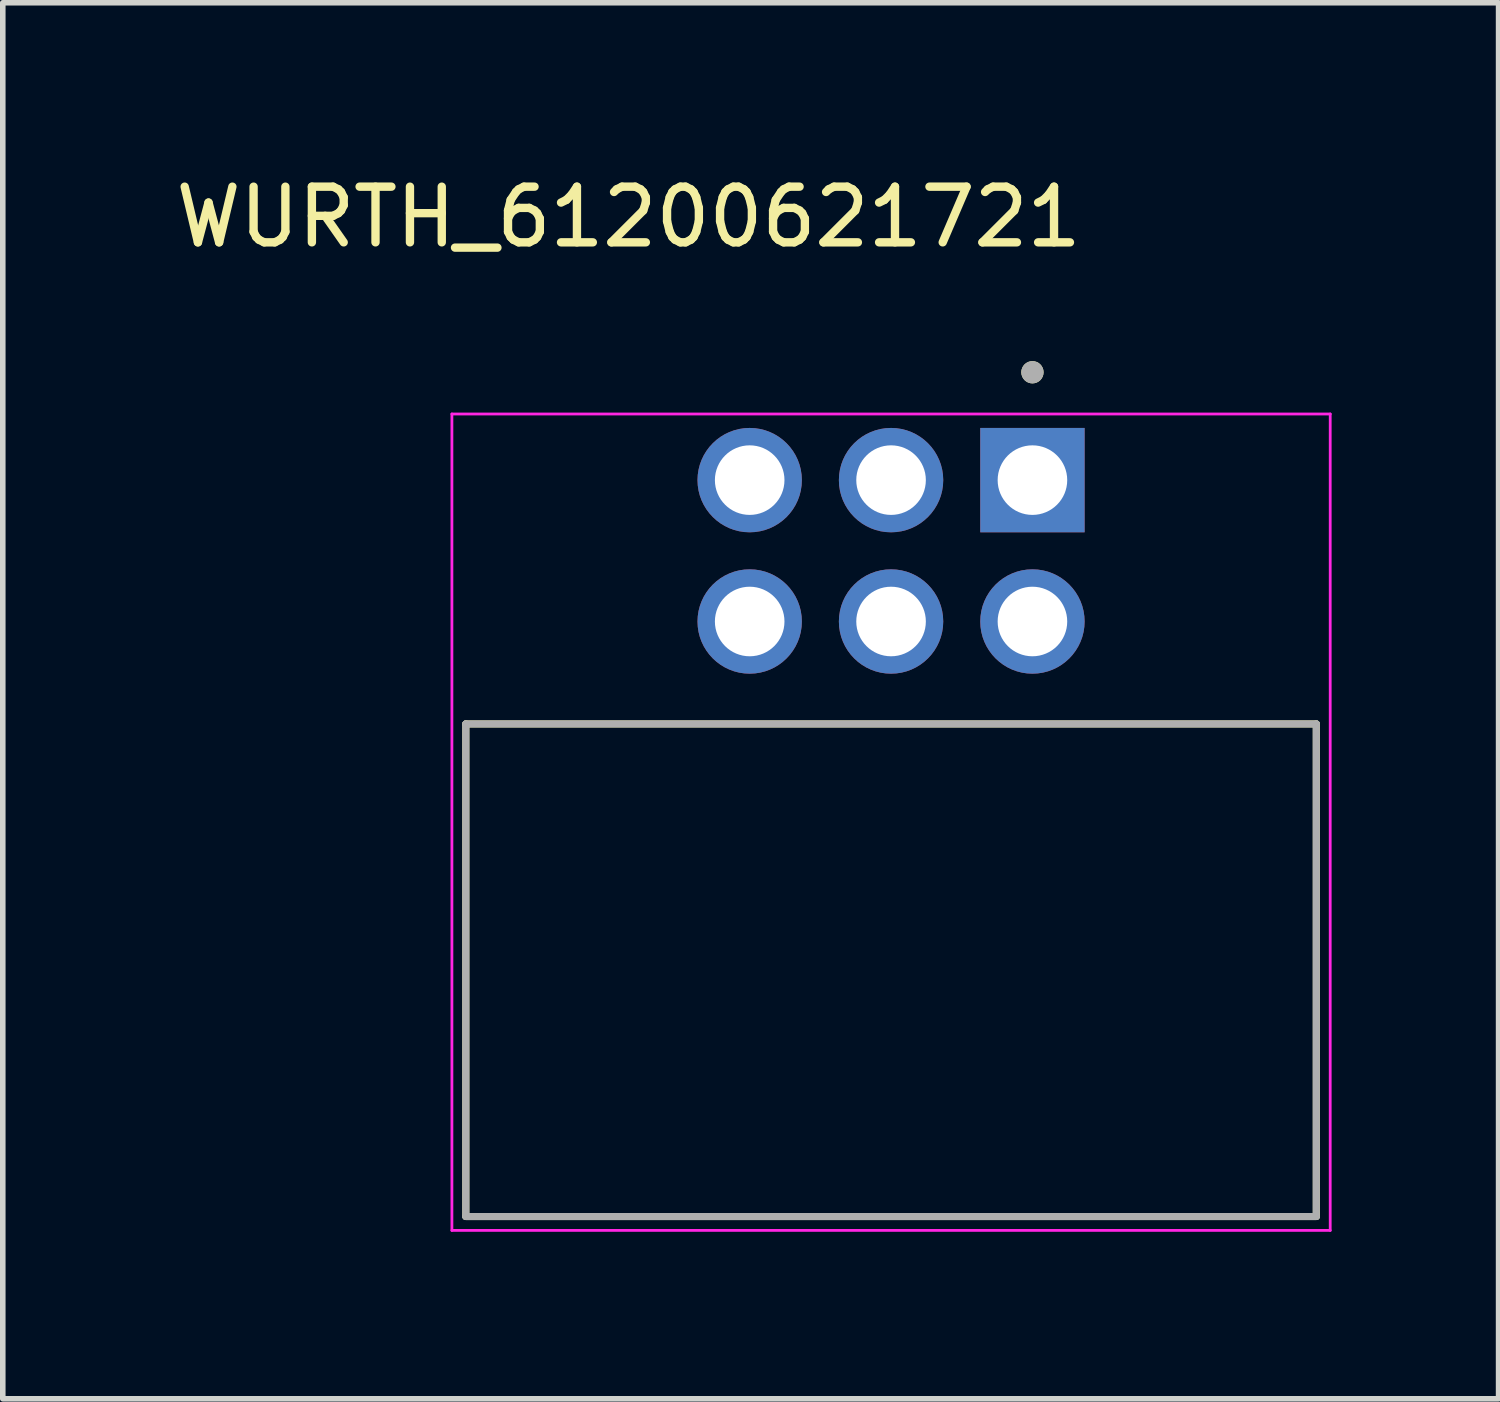
<source format=kicad_pcb>
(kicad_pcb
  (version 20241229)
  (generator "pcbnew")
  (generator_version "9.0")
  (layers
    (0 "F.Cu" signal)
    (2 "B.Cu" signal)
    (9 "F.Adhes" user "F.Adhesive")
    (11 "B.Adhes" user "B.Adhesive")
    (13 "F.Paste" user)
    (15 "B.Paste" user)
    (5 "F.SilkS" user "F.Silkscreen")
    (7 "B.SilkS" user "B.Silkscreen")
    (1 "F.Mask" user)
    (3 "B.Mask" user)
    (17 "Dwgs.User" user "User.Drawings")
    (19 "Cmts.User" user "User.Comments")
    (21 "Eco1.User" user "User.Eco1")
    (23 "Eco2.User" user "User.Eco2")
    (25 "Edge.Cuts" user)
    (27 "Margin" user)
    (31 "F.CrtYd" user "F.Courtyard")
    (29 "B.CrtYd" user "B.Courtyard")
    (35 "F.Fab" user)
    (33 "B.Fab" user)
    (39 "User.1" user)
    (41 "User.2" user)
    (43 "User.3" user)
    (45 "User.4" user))
  (footprint "WURTH_61200621721"
    (layer "F.Cu")
    (at 12.959 6.846)
    (property "Reference" "WURTH_61200621721" (at -4.715 -5.997 0) (layer "F.SilkS") (effects (font (size 1 1) (thickness 0.15))))
    (attr through_hole)
    (fp_line (start -7.64 3.11) (end 7.64 3.11) (stroke (width 0.127) (type solid)) (layer "F.SilkS"))
    (fp_line (start -7.64 11.96) (end -7.64 3.11) (stroke (width 0.127) (type solid)) (layer "F.SilkS"))
    (fp_line (start 7.64 3.11) (end 7.64 11.96) (stroke (width 0.127) (type solid)) (layer "F.SilkS"))
    (fp_line (start 7.64 11.96) (end -7.64 11.96) (stroke (width 0.127) (type solid)) (layer "F.SilkS"))
    (fp_circle (center 2.54 -3.208) (end 2.64 -3.208) (stroke (width 0.2) (type solid)) (fill no) (layer "F.SilkS"))
    (fp_line (start -7.89 -2.458) (end -7.89 12.21) (stroke (width 0.05) (type solid)) (layer "F.CrtYd"))
    (fp_line (start -7.89 12.21) (end 7.89 12.21) (stroke (width 0.05) (type solid)) (layer "F.CrtYd"))
    (fp_line (start 7.89 -2.458) (end -7.89 -2.458) (stroke (width 0.05) (type solid)) (layer "F.CrtYd"))
    (fp_line (start 7.89 12.21) (end 7.89 -2.458) (stroke (width 0.05) (type solid)) (layer "F.CrtYd"))
    (fp_line (start -7.64 3.11) (end 7.64 3.11) (stroke (width 0.127) (type solid)) (layer "F.Fab"))
    (fp_line (start -7.64 11.96) (end -7.64 3.11) (stroke (width 0.127) (type solid)) (layer "F.Fab"))
    (fp_line (start 7.64 3.11) (end 7.64 11.96) (stroke (width 0.127) (type solid)) (layer "F.Fab"))
    (fp_line (start 7.64 11.96) (end -7.64 11.96) (stroke (width 0.127) (type solid)) (layer "F.Fab"))
    (fp_circle (center 2.54 -3.208) (end 2.64 -3.208) (stroke (width 0.2) (type solid)) (fill no) (layer "F.Fab"))
    (pad "1" thru_hole rect (at 2.54 -1.27) (size 1.875 1.875) (drill 1.25) (layers "*.Cu" "*.Mask"))
    (pad "2" thru_hole circle (at 2.54 1.27) (size 1.875 1.875) (drill 1.25) (layers "*.Cu" "*.Mask"))
    (pad "3" thru_hole circle (at 0 -1.27) (size 1.875 1.875) (drill 1.25) (layers "*.Cu" "*.Mask"))
    (pad "4" thru_hole circle (at 0 1.27) (size 1.875 1.875) (drill 1.25) (layers "*.Cu" "*.Mask"))
    (pad "5" thru_hole circle (at -2.54 -1.27) (size 1.875 1.875) (drill 1.25) (layers "*.Cu" "*.Mask"))
    (pad "6" thru_hole circle (at -2.54 1.27) (size 1.875 1.875) (drill 1.25) (layers "*.Cu" "*.Mask")))
  (gr_rect
    (start -3 -3)
    (end 23.874 22.081)
    (stroke (width 0.1) (type default))
    (fill no)
    (layer "Edge.Cuts")))
</source>
